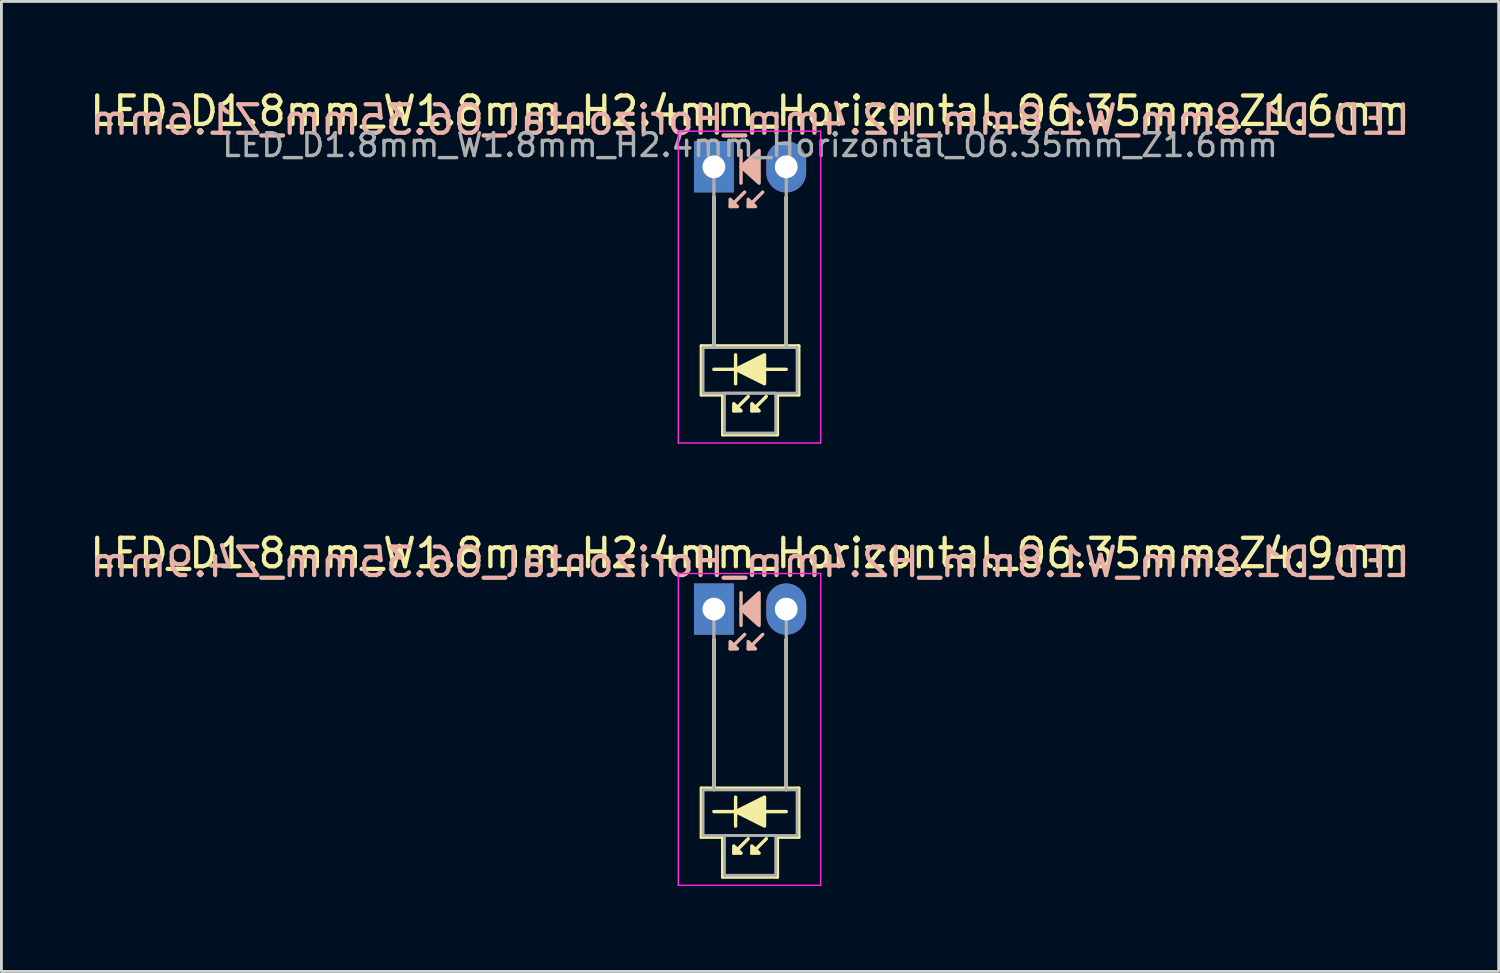
<source format=kicad_pcb>
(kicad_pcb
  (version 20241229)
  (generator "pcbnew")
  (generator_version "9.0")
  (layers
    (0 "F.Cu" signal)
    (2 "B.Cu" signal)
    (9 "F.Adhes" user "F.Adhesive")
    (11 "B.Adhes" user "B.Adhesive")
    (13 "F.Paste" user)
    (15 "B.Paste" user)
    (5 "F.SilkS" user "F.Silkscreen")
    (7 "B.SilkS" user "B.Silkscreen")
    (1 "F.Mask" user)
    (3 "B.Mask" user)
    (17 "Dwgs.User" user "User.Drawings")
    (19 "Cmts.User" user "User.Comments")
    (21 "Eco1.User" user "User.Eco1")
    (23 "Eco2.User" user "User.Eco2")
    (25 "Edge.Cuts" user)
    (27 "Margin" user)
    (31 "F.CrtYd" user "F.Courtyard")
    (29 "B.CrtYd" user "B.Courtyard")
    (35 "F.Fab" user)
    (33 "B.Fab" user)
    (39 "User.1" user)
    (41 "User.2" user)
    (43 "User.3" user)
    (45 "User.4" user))
  (footprint "LED_D1.8mm_W1.8mm_H2.4mm_Horizontal_O6.35mm_Z1.6mm"
    (layer "F.Cu")
    (at 22.022 2.808)
    (property "Reference" "LED_D1.8mm_W1.8mm_H2.4mm_Horizontal_O6.35mm_Z1.6mm" (at 1.27 -1.96 0) (layer "F.SilkS") (effects (font (size 1 1) (thickness 0.15))))
    (fp_line (start -0.44 6.29) (end -0.44 8.01) (stroke (width 0.12) (type solid)) (layer "F.SilkS"))
    (fp_line (start 0 1.08) (end 0 1.08) (stroke (width 0.12) (type solid)) (layer "F.SilkS"))
    (fp_line (start 0 1.08) (end 0 6.29) (stroke (width 0.12) (type solid)) (layer "F.SilkS"))
    (fp_line (start 0 6.29) (end 0 1.08) (stroke (width 0.12) (type solid)) (layer "F.SilkS"))
    (fp_line (start 0 6.29) (end 0 6.29) (stroke (width 0.12) (type solid)) (layer "F.SilkS"))
    (fp_line (start 0.31 8.01) (end -0.44 8.01) (stroke (width 0.12) (type solid)) (layer "F.SilkS"))
    (fp_line (start 0.31 8.01) (end 0.31 9.41) (stroke (width 0.12) (type solid)) (layer "F.SilkS"))
    (fp_line (start 0.31 9.41) (end 2.23 9.41) (stroke (width 0.12) (type solid)) (layer "F.SilkS"))
    (fp_line (start 0.762 6.604) (end 0.762 7.62) (stroke (width 0.12) (type solid)) (layer "F.SilkS"))
    (fp_line (start 1.206 8.065) (end 0.699 8.572) (stroke (width 0.12) (type solid)) (layer "F.SilkS"))
    (fp_line (start 1.841 8.065) (end 1.333 8.572) (stroke (width 0.12) (type solid)) (layer "F.SilkS"))
    (fp_line (start 2.23 9.41) (end 2.23 8.01) (stroke (width 0.12) (type solid)) (layer "F.SilkS"))
    (fp_line (start 2.54 1.08) (end 2.54 1.08) (stroke (width 0.12) (type solid)) (layer "F.SilkS"))
    (fp_line (start 2.54 1.08) (end 2.54 6.29) (stroke (width 0.12) (type solid)) (layer "F.SilkS"))
    (fp_line (start 2.54 6.29) (end 2.54 1.08) (stroke (width 0.12) (type solid)) (layer "F.SilkS"))
    (fp_line (start 2.54 6.29) (end 2.54 6.29) (stroke (width 0.12) (type solid)) (layer "F.SilkS"))
    (fp_line (start 2.54 7.112) (end 0 7.112) (stroke (width 0.12) (type solid)) (layer "F.SilkS"))
    (fp_line (start 2.98 6.29) (end -0.44 6.29) (stroke (width 0.12) (type solid)) (layer "F.SilkS"))
    (fp_line (start 2.98 8.01) (end 2.23 8.01) (stroke (width 0.12) (type solid)) (layer "F.SilkS"))
    (fp_line (start 2.98 8.01) (end 2.98 6.29) (stroke (width 0.12) (type solid)) (layer "F.SilkS"))
    (fp_poly (pts (xy 0.699 8.319) (xy 0.953 8.572) (xy 0.699 8.572)) (stroke (width 0.12) (type solid)) (fill yes) (layer "F.SilkS"))
    (fp_poly (pts (xy 1.333 8.319) (xy 1.587 8.572) (xy 1.333 8.572)) (stroke (width 0.12) (type solid)) (fill yes) (layer "F.SilkS"))
    (fp_poly (pts (xy 1.778 7.62) (xy 0.762 7.112) (xy 1.778 6.604)) (stroke (width 0.12) (type solid)) (fill yes) (layer "F.SilkS"))
    (fp_line (start 0.953 -0.572) (end 0.953 0.572) (stroke (width 0.12) (type solid)) (layer "B.SilkS"))
    (fp_line (start 1.079 0.889) (end 0.572 1.397) (stroke (width 0.12) (type solid)) (layer "B.SilkS"))
    (fp_line (start 1.714 0.889) (end 1.206 1.397) (stroke (width 0.12) (type solid)) (layer "B.SilkS"))
    (fp_poly (pts (xy 0.572 1.143) (xy 0.826 1.397) (xy 0.572 1.397)) (stroke (width 0.12) (type solid)) (fill yes) (layer "B.SilkS"))
    (fp_poly (pts (xy 1.206 1.143) (xy 1.46 1.397) (xy 1.206 1.397)) (stroke (width 0.12) (type solid)) (fill yes) (layer "B.SilkS"))
    (fp_poly (pts (xy 1.587 0.572) (xy 0.953 0) (xy 1.587 -0.572)) (stroke (width 0.12) (type solid)) (fill yes) (layer "B.SilkS"))
    (fp_line (start -1.25 -1.25) (end -1.25 9.7) (stroke (width 0.05) (type solid)) (layer "F.CrtYd"))
    (fp_line (start -1.25 9.7) (end 3.75 9.7) (stroke (width 0.05) (type solid)) (layer "F.CrtYd"))
    (fp_line (start 3.75 -1.25) (end -1.25 -1.25) (stroke (width 0.05) (type solid)) (layer "F.CrtYd"))
    (fp_line (start 3.75 9.7) (end 3.75 -1.25) (stroke (width 0.05) (type solid)) (layer "F.CrtYd"))
    (fp_line (start -0.38 6.35) (end -0.38 7.95) (stroke (width 0.1) (type solid)) (layer "F.Fab"))
    (fp_line (start -0.38 7.95) (end 2.92 7.95) (stroke (width 0.1) (type solid)) (layer "F.Fab"))
    (fp_line (start 0 0) (end 0 0) (stroke (width 0.1) (type solid)) (layer "F.Fab"))
    (fp_line (start 0 0) (end 0 6.35) (stroke (width 0.1) (type solid)) (layer "F.Fab"))
    (fp_line (start 0 6.35) (end 0 0) (stroke (width 0.1) (type solid)) (layer "F.Fab"))
    (fp_line (start 0 6.35) (end 0 6.35) (stroke (width 0.1) (type solid)) (layer "F.Fab"))
    (fp_line (start 0.37 7.95) (end 0.37 9.35) (stroke (width 0.1) (type solid)) (layer "F.Fab"))
    (fp_line (start 0.37 9.35) (end 2.17 9.35) (stroke (width 0.1) (type solid)) (layer "F.Fab"))
    (fp_line (start 2.17 7.95) (end 0.37 7.95) (stroke (width 0.1) (type solid)) (layer "F.Fab"))
    (fp_line (start 2.17 9.35) (end 2.17 7.95) (stroke (width 0.1) (type solid)) (layer "F.Fab"))
    (fp_line (start 2.54 0) (end 2.54 0) (stroke (width 0.1) (type solid)) (layer "F.Fab"))
    (fp_line (start 2.54 0) (end 2.54 6.35) (stroke (width 0.1) (type solid)) (layer "F.Fab"))
    (fp_line (start 2.54 6.35) (end 2.54 0) (stroke (width 0.1) (type solid)) (layer "F.Fab"))
    (fp_line (start 2.54 6.35) (end 2.54 6.35) (stroke (width 0.1) (type solid)) (layer "F.Fab"))
    (fp_line (start 2.92 6.35) (end -0.38 6.35) (stroke (width 0.1) (type solid)) (layer "F.Fab"))
    (fp_line (start 2.92 7.95) (end 2.92 6.35) (stroke (width 0.1) (type solid)) (layer "F.Fab"))
    (fp_text user "${REFERENCE}" (at 1.27 -1.651 0) (layer "B.SilkS") (effects (font (size 1 1) (thickness 0.15)) (justify mirror)))
    (fp_text user "${REFERENCE}" (at 1.27 -0.762 0) (layer "F.Fab") (effects (font (size 0.8 0.8) (thickness 0.12))))
    (pad "1" thru_hole rect (at 0 0) (size 1.4 1.8) (drill 0.8) (layers "*.Cu" "*.Mask"))
    (pad "2" thru_hole oval (at 2.54 0) (size 1.4 1.8) (drill 0.8) (layers "*.Cu" "*.Mask")))
  (footprint "LED_D1.8mm_W1.8mm_H2.4mm_Horizontal_O6.35mm_Z4.9mm"
    (layer "F.Cu")
    (at 22.022 18.341)
    (property "Reference" "LED_D1.8mm_W1.8mm_H2.4mm_Horizontal_O6.35mm_Z4.9mm" (at 1.27 -1.96 0) (layer "F.SilkS") (effects (font (size 1 1) (thickness 0.15))))
    (fp_line (start -0.44 6.29) (end -0.44 8.01) (stroke (width 0.12) (type solid)) (layer "F.SilkS"))
    (fp_line (start 0 1.08) (end 0 1.08) (stroke (width 0.12) (type solid)) (layer "F.SilkS"))
    (fp_line (start 0 1.08) (end 0 6.29) (stroke (width 0.12) (type solid)) (layer "F.SilkS"))
    (fp_line (start 0 6.29) (end 0 1.08) (stroke (width 0.12) (type solid)) (layer "F.SilkS"))
    (fp_line (start 0 6.29) (end 0 6.29) (stroke (width 0.12) (type solid)) (layer "F.SilkS"))
    (fp_line (start 0.31 8.01) (end -0.44 8.01) (stroke (width 0.12) (type solid)) (layer "F.SilkS"))
    (fp_line (start 0.31 8.01) (end 0.31 9.41) (stroke (width 0.12) (type solid)) (layer "F.SilkS"))
    (fp_line (start 0.31 9.41) (end 2.23 9.41) (stroke (width 0.12) (type solid)) (layer "F.SilkS"))
    (fp_line (start 0.762 6.604) (end 0.762 7.62) (stroke (width 0.12) (type solid)) (layer "F.SilkS"))
    (fp_line (start 1.206 8.065) (end 0.699 8.572) (stroke (width 0.12) (type solid)) (layer "F.SilkS"))
    (fp_line (start 1.841 8.065) (end 1.333 8.572) (stroke (width 0.12) (type solid)) (layer "F.SilkS"))
    (fp_line (start 2.23 9.41) (end 2.23 8.01) (stroke (width 0.12) (type solid)) (layer "F.SilkS"))
    (fp_line (start 2.54 1.08) (end 2.54 1.08) (stroke (width 0.12) (type solid)) (layer "F.SilkS"))
    (fp_line (start 2.54 1.08) (end 2.54 6.29) (stroke (width 0.12) (type solid)) (layer "F.SilkS"))
    (fp_line (start 2.54 6.29) (end 2.54 1.08) (stroke (width 0.12) (type solid)) (layer "F.SilkS"))
    (fp_line (start 2.54 6.29) (end 2.54 6.29) (stroke (width 0.12) (type solid)) (layer "F.SilkS"))
    (fp_line (start 2.54 7.112) (end 0 7.112) (stroke (width 0.12) (type solid)) (layer "F.SilkS"))
    (fp_line (start 2.98 6.29) (end -0.44 6.29) (stroke (width 0.12) (type solid)) (layer "F.SilkS"))
    (fp_line (start 2.98 8.01) (end 2.23 8.01) (stroke (width 0.12) (type solid)) (layer "F.SilkS"))
    (fp_line (start 2.98 8.01) (end 2.98 6.29) (stroke (width 0.12) (type solid)) (layer "F.SilkS"))
    (fp_poly (pts (xy 0.699 8.319) (xy 0.953 8.572) (xy 0.699 8.572)) (stroke (width 0.12) (type solid)) (fill yes) (layer "F.SilkS"))
    (fp_poly (pts (xy 1.333 8.319) (xy 1.587 8.572) (xy 1.333 8.572)) (stroke (width 0.12) (type solid)) (fill yes) (layer "F.SilkS"))
    (fp_poly (pts (xy 1.778 7.62) (xy 0.762 7.112) (xy 1.778 6.604)) (stroke (width 0.12) (type solid)) (fill yes) (layer "F.SilkS"))
    (fp_line (start 0.953 -0.572) (end 0.953 0.572) (stroke (width 0.12) (type solid)) (layer "B.SilkS"))
    (fp_line (start 1.079 0.889) (end 0.572 1.397) (stroke (width 0.12) (type solid)) (layer "B.SilkS"))
    (fp_line (start 1.714 0.889) (end 1.206 1.397) (stroke (width 0.12) (type solid)) (layer "B.SilkS"))
    (fp_poly (pts (xy 0.572 1.143) (xy 0.826 1.397) (xy 0.572 1.397)) (stroke (width 0.12) (type solid)) (fill yes) (layer "B.SilkS"))
    (fp_poly (pts (xy 1.206 1.143) (xy 1.46 1.397) (xy 1.206 1.397)) (stroke (width 0.12) (type solid)) (fill yes) (layer "B.SilkS"))
    (fp_poly (pts (xy 1.587 0.572) (xy 0.953 0) (xy 1.587 -0.572)) (stroke (width 0.12) (type solid)) (fill yes) (layer "B.SilkS"))
    (fp_line (start -1.25 -1.25) (end -1.25 9.7) (stroke (width 0.05) (type solid)) (layer "F.CrtYd"))
    (fp_line (start -1.25 9.7) (end 3.75 9.7) (stroke (width 0.05) (type solid)) (layer "F.CrtYd"))
    (fp_line (start 3.75 -1.25) (end -1.25 -1.25) (stroke (width 0.05) (type solid)) (layer "F.CrtYd"))
    (fp_line (start 3.75 9.7) (end 3.75 -1.25) (stroke (width 0.05) (type solid)) (layer "F.CrtYd"))
    (fp_line (start -0.38 6.35) (end -0.38 7.95) (stroke (width 0.1) (type solid)) (layer "F.Fab"))
    (fp_line (start -0.38 7.95) (end 2.92 7.95) (stroke (width 0.1) (type solid)) (layer "F.Fab"))
    (fp_line (start 0 0) (end 0 0) (stroke (width 0.1) (type solid)) (layer "F.Fab"))
    (fp_line (start 0 0) (end 0 6.35) (stroke (width 0.1) (type solid)) (layer "F.Fab"))
    (fp_line (start 0 6.35) (end 0 0) (stroke (width 0.1) (type solid)) (layer "F.Fab"))
    (fp_line (start 0 6.35) (end 0 6.35) (stroke (width 0.1) (type solid)) (layer "F.Fab"))
    (fp_line (start 0.37 7.95) (end 0.37 9.35) (stroke (width 0.1) (type solid)) (layer "F.Fab"))
    (fp_line (start 0.37 9.35) (end 2.17 9.35) (stroke (width 0.1) (type solid)) (layer "F.Fab"))
    (fp_line (start 2.17 7.95) (end 0.37 7.95) (stroke (width 0.1) (type solid)) (layer "F.Fab"))
    (fp_line (start 2.17 9.35) (end 2.17 7.95) (stroke (width 0.1) (type solid)) (layer "F.Fab"))
    (fp_line (start 2.54 0) (end 2.54 0) (stroke (width 0.1) (type solid)) (layer "F.Fab"))
    (fp_line (start 2.54 0) (end 2.54 6.35) (stroke (width 0.1) (type solid)) (layer "F.Fab"))
    (fp_line (start 2.54 6.35) (end 2.54 0) (stroke (width 0.1) (type solid)) (layer "F.Fab"))
    (fp_line (start 2.54 6.35) (end 2.54 6.35) (stroke (width 0.1) (type solid)) (layer "F.Fab"))
    (fp_line (start 2.92 6.35) (end -0.38 6.35) (stroke (width 0.1) (type solid)) (layer "F.Fab"))
    (fp_line (start 2.92 7.95) (end 2.92 6.35) (stroke (width 0.1) (type solid)) (layer "F.Fab"))
    (fp_text user "${REFERENCE}" (at 1.27 -1.651 0) (layer "B.SilkS") (effects (font (size 1 1) (thickness 0.15)) (justify mirror)))
    (pad "1" thru_hole rect (at 0 0) (size 1.4 1.8) (drill 0.8) (layers "*.Cu" "*.Mask"))
    (pad "2" thru_hole oval (at 2.54 0) (size 1.4 1.8) (drill 0.8) (layers "*.Cu" "*.Mask")))
  (gr_rect
    (start -3 -3)
    (end 49.583 31.067)
    (stroke (width 0.1) (type default))
    (fill no)
    (layer "Edge.Cuts")))
</source>
